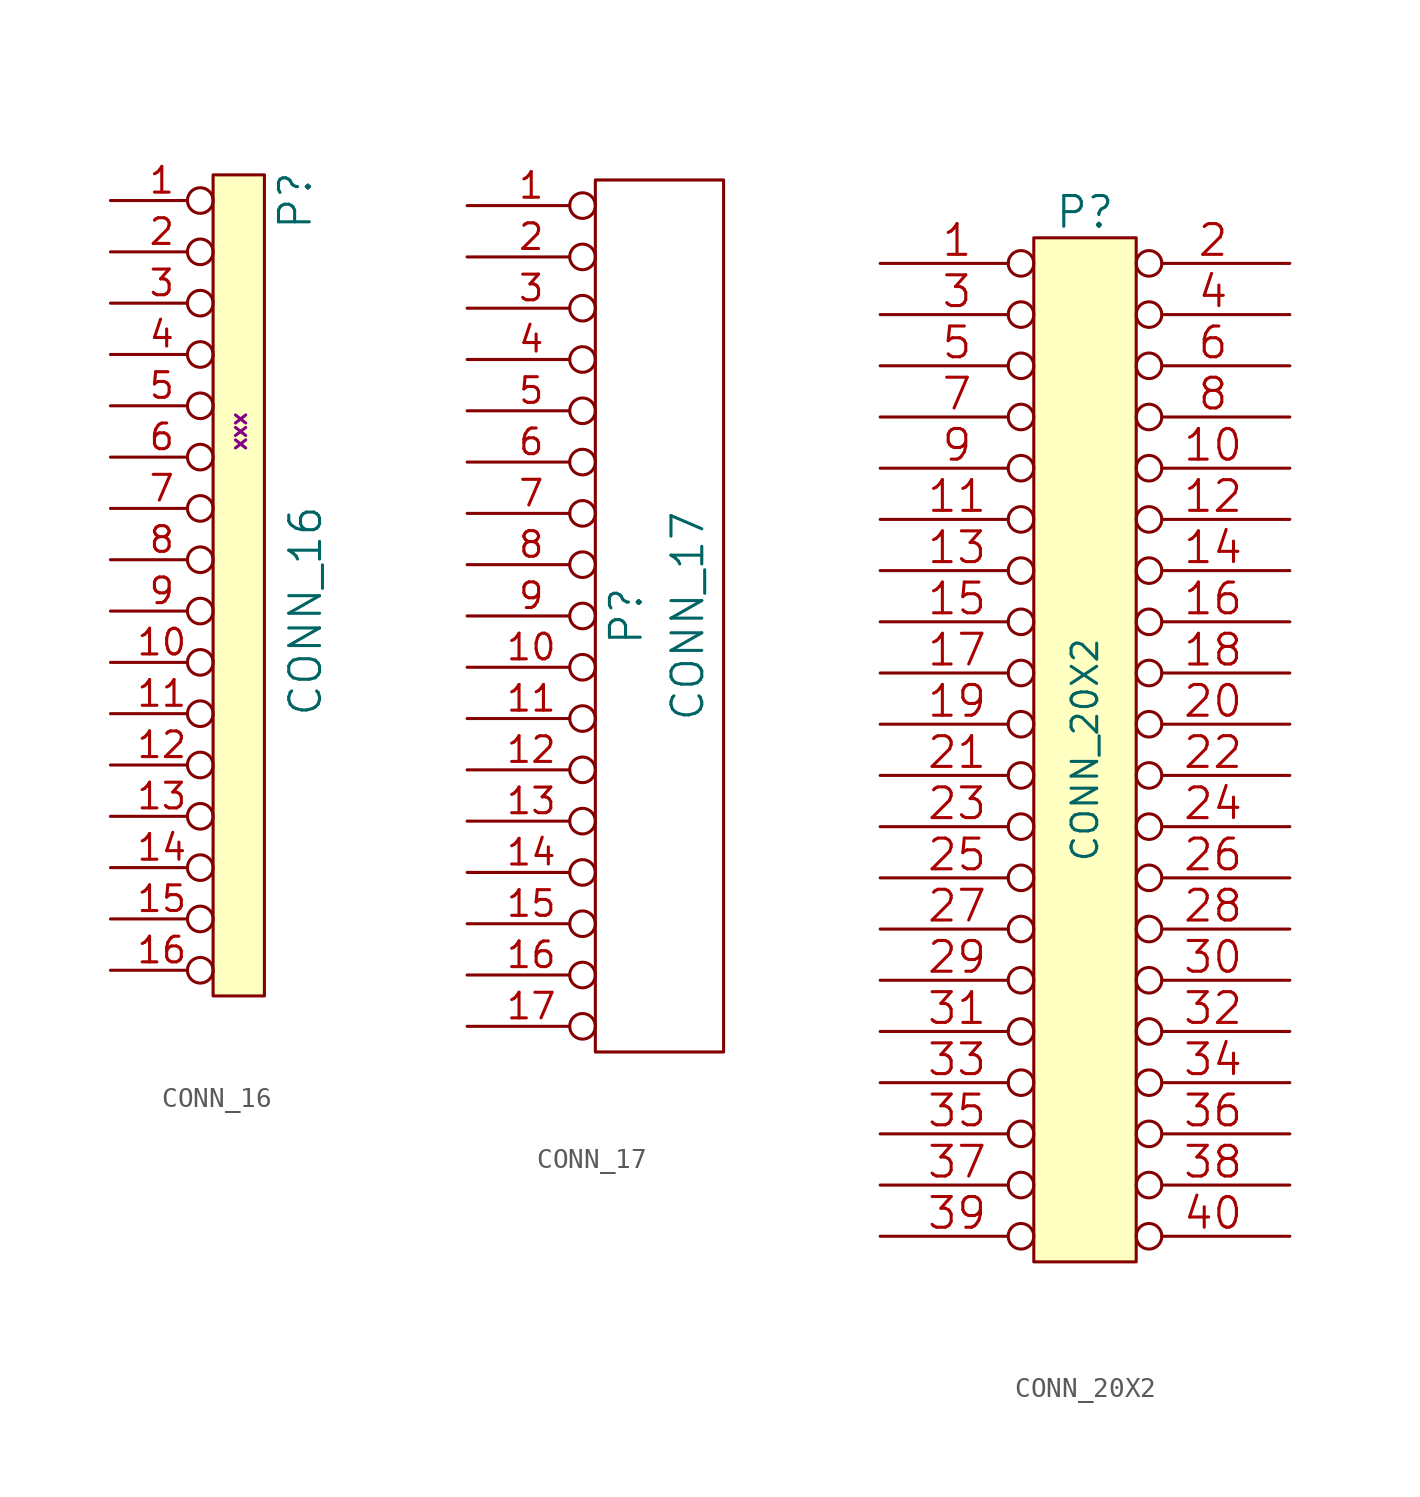
<source format=kicad_sym>
(kicad_symbol_lib
  (version 20220914)
  (generator kicad_symbol_editor)
  (symbol "CONN_16"
    (pin_names
      (offset 1.27) hide)
    (property "Reference" "P"
      (at 2.794 20.32 90)
      (effects (font (size 1.524 1.524))))
    (property "Value" "CONN_16"
      (at 3.302 0 90)
      (effects (font (size 1.524 1.524))))
    (property "Footprint" "xxx"
      (at 0 8.89 90)
      (effects (font (size 0.762 0.762))))
    (property "Datasheet" ""
      (at 0 0 0)
      (effects (font (size 1.524 1.524))))
    (symbol "CONN_16_0_1"
      (rectangle (start -1.27 21.59) (end 1.27 -19.05) (stroke (width 0) (type default)) (fill (type background))))
    (symbol "CONN_16_1_1"
      (pin passive inverted (at -6.35 20.32 0) (length 5.08) (name "P1" (effects (font (size 1.27 1.27)))) (number "1" (effects (font (size 1.27 1.27)))))
      (pin passive inverted (at -6.35 -2.54 0) (length 5.08) (name "P10" (effects (font (size 1.27 1.27)))) (number "10" (effects (font (size 1.27 1.27)))))
      (pin passive inverted (at -6.35 -5.08 0) (length 5.08) (name "P11" (effects (font (size 1.27 1.27)))) (number "11" (effects (font (size 1.27 1.27)))))
      (pin passive inverted (at -6.35 -7.62 0) (length 5.08) (name "P12" (effects (font (size 1.27 1.27)))) (number "12" (effects (font (size 1.27 1.27)))))
      (pin passive inverted (at -6.35 -10.16 0) (length 5.08) (name "P13" (effects (font (size 1.27 1.27)))) (number "13" (effects (font (size 1.27 1.27)))))
      (pin passive inverted (at -6.35 -12.7 0) (length 5.08) (name "P14" (effects (font (size 1.27 1.27)))) (number "14" (effects (font (size 1.27 1.27)))))
      (pin passive inverted (at -6.35 -15.24 0) (length 5.08) (name "P15" (effects (font (size 1.27 1.27)))) (number "15" (effects (font (size 1.27 1.27)))))
      (pin passive inverted (at -6.35 -17.78 0) (length 5.08) (name "P16" (effects (font (size 1.27 1.27)))) (number "16" (effects (font (size 1.27 1.27)))))
      (pin passive inverted (at -6.35 17.78 0) (length 5.08) (name "P2" (effects (font (size 1.27 1.27)))) (number "2" (effects (font (size 1.27 1.27)))))
      (pin passive inverted (at -6.35 15.24 0) (length 5.08) (name "P3" (effects (font (size 1.27 1.27)))) (number "3" (effects (font (size 1.27 1.27)))))
      (pin passive inverted (at -6.35 12.7 0) (length 5.08) (name "P4" (effects (font (size 1.27 1.27)))) (number "4" (effects (font (size 1.27 1.27)))))
      (pin passive inverted (at -6.35 10.16 0) (length 5.08) (name "P5" (effects (font (size 1.27 1.27)))) (number "5" (effects (font (size 1.27 1.27)))))
      (pin passive inverted (at -6.35 7.62 0) (length 5.08) (name "P6" (effects (font (size 1.27 1.27)))) (number "6" (effects (font (size 1.27 1.27)))))
      (pin passive inverted (at -6.35 5.08 0) (length 5.08) (name "P7" (effects (font (size 1.27 1.27)))) (number "7" (effects (font (size 1.27 1.27)))))
      (pin passive inverted (at -6.35 2.54 0) (length 5.08) (name "P8" (effects (font (size 1.27 1.27)))) (number "8" (effects (font (size 1.27 1.27)))))
      (pin passive inverted (at -6.35 0 0) (length 5.08) (name "P9" (effects (font (size 1.27 1.27)))) (number "9" (effects (font (size 1.27 1.27)))))))
  (symbol "CONN_17"
    (pin_names
      (offset 1.016) hide)
    (property "Reference" "P"
      (at -1.016 0 90)
      (effects (font (size 1.524 1.524))))
    (property "Value" "CONN_17"
      (at 2.032 0 90)
      (effects (font (size 1.524 1.524))))
    (property "Footprint" ""
      (at 0 0 0)
      (effects (font (size 1.524 1.524))))
    (property "Datasheet" ""
      (at 0 0 0)
      (effects (font (size 1.524 1.524))))
    (symbol "CONN_17_0_1"
      (rectangle (start -2.54 21.59) (end 3.81 -21.59) (stroke (width 0) (type default)) (fill (type none))))
    (symbol "CONN_17_1_1"
      (pin passive inverted (at -8.89 20.32 0) (length 6.35) (name "P1" (effects (font (size 1.27 1.27)))) (number "1" (effects (font (size 1.27 1.27)))))
      (pin passive inverted (at -8.89 -2.54 0) (length 6.35) (name "P10" (effects (font (size 1.27 1.27)))) (number "10" (effects (font (size 1.27 1.27)))))
      (pin passive inverted (at -8.89 -5.08 0) (length 6.35) (name "P11" (effects (font (size 1.27 1.27)))) (number "11" (effects (font (size 1.27 1.27)))))
      (pin passive inverted (at -8.89 -7.62 0) (length 6.35) (name "P12" (effects (font (size 1.27 1.27)))) (number "12" (effects (font (size 1.27 1.27)))))
      (pin passive inverted (at -8.89 -10.16 0) (length 6.35) (name "P13" (effects (font (size 1.27 1.27)))) (number "13" (effects (font (size 1.27 1.27)))))
      (pin passive inverted (at -8.89 -12.7 0) (length 6.35) (name "P14" (effects (font (size 1.27 1.27)))) (number "14" (effects (font (size 1.27 1.27)))))
      (pin passive inverted (at -8.89 -15.24 0) (length 6.35) (name "P15" (effects (font (size 1.27 1.27)))) (number "15" (effects (font (size 1.27 1.27)))))
      (pin passive inverted (at -8.89 -17.78 0) (length 6.35) (name "P16" (effects (font (size 1.27 1.27)))) (number "16" (effects (font (size 1.27 1.27)))))
      (pin passive inverted (at -8.89 -20.32 0) (length 6.35) (name "P17" (effects (font (size 1.27 1.27)))) (number "17" (effects (font (size 1.27 1.27)))))
      (pin passive inverted (at -8.89 17.78 0) (length 6.35) (name "P2" (effects (font (size 1.27 1.27)))) (number "2" (effects (font (size 1.27 1.27)))))
      (pin passive inverted (at -8.89 15.24 0) (length 6.35) (name "P3" (effects (font (size 1.27 1.27)))) (number "3" (effects (font (size 1.27 1.27)))))
      (pin passive inverted (at -8.89 12.7 0) (length 6.35) (name "P4" (effects (font (size 1.27 1.27)))) (number "4" (effects (font (size 1.27 1.27)))))
      (pin passive inverted (at -8.89 10.16 0) (length 6.35) (name "P5" (effects (font (size 1.27 1.27)))) (number "5" (effects (font (size 1.27 1.27)))))
      (pin passive inverted (at -8.89 7.62 0) (length 6.35) (name "P6" (effects (font (size 1.27 1.27)))) (number "6" (effects (font (size 1.27 1.27)))))
      (pin passive inverted (at -8.89 5.08 0) (length 6.35) (name "P7" (effects (font (size 1.27 1.27)))) (number "7" (effects (font (size 1.27 1.27)))))
      (pin passive inverted (at -8.89 2.54 0) (length 6.35) (name "P8" (effects (font (size 1.27 1.27)))) (number "8" (effects (font (size 1.27 1.27)))))
      (pin passive inverted (at -8.89 0 0) (length 6.35) (name "P9" (effects (font (size 1.27 1.27)))) (number "9" (effects (font (size 1.27 1.27)))))))
  (symbol "CONN_20X2"
    (pin_names
      (offset 0.254) hide)
    (property "Reference" "P"
      (at 0 26.67 0)
      (effects (font (size 1.524 1.524))))
    (property "Value" "CONN_20X2"
      (at 0 0 90)
      (effects (font (size 1.27 1.27))))
    (property "Footprint" ""
      (at 0 0 0)
      (effects (font (size 1.524 1.524))))
    (property "Datasheet" ""
      (at 0 0 0)
      (effects (font (size 1.524 1.524))))
    (symbol "CONN_20X2_0_1"
      (rectangle (start -2.54 25.4) (end 2.54 -25.4) (stroke (width 0) (type default)) (fill (type background))))
    (symbol "CONN_20X2_1_1"
      (pin passive inverted (at -10.16 24.13 0) (length 7.62) (name "P1" (effects (font (size 0.762 0.762)))) (number "1" (effects (font (size 1.524 1.524)))))
      (pin passive inverted (at 10.16 13.97 180) (length 7.62) (name "P10" (effects (font (size 0.762 0.762)))) (number "10" (effects (font (size 1.524 1.524)))))
      (pin passive inverted (at -10.16 11.43 0) (length 7.62) (name "P11" (effects (font (size 0.762 0.762)))) (number "11" (effects (font (size 1.524 1.524)))))
      (pin passive inverted (at 10.16 11.43 180) (length 7.62) (name "P12" (effects (font (size 0.762 0.762)))) (number "12" (effects (font (size 1.524 1.524)))))
      (pin passive inverted (at -10.16 8.89 0) (length 7.62) (name "P13" (effects (font (size 0.762 0.762)))) (number "13" (effects (font (size 1.524 1.524)))))
      (pin passive inverted (at 10.16 8.89 180) (length 7.62) (name "P14" (effects (font (size 0.762 0.762)))) (number "14" (effects (font (size 1.524 1.524)))))
      (pin passive inverted (at -10.16 6.35 0) (length 7.62) (name "P15" (effects (font (size 0.762 0.762)))) (number "15" (effects (font (size 1.524 1.524)))))
      (pin passive inverted (at 10.16 6.35 180) (length 7.62) (name "P16" (effects (font (size 0.762 0.762)))) (number "16" (effects (font (size 1.524 1.524)))))
      (pin passive inverted (at -10.16 3.81 0) (length 7.62) (name "P17" (effects (font (size 0.762 0.762)))) (number "17" (effects (font (size 1.524 1.524)))))
      (pin passive inverted (at 10.16 3.81 180) (length 7.62) (name "P18" (effects (font (size 0.762 0.762)))) (number "18" (effects (font (size 1.524 1.524)))))
      (pin passive inverted (at -10.16 1.27 0) (length 7.62) (name "P19" (effects (font (size 0.762 0.762)))) (number "19" (effects (font (size 1.524 1.524)))))
      (pin passive inverted (at 10.16 24.13 180) (length 7.62) (name "P2" (effects (font (size 0.762 0.762)))) (number "2" (effects (font (size 1.524 1.524)))))
      (pin passive inverted (at 10.16 1.27 180) (length 7.62) (name "P20" (effects (font (size 0.762 0.762)))) (number "20" (effects (font (size 1.524 1.524)))))
      (pin passive inverted (at -10.16 -1.27 0) (length 7.62) (name "P21" (effects (font (size 0.762 0.762)))) (number "21" (effects (font (size 1.524 1.524)))))
      (pin passive inverted (at 10.16 -1.27 180) (length 7.62) (name "P22" (effects (font (size 0.762 0.762)))) (number "22" (effects (font (size 1.524 1.524)))))
      (pin passive inverted (at -10.16 -3.81 0) (length 7.62) (name "P23" (effects (font (size 0.762 0.762)))) (number "23" (effects (font (size 1.524 1.524)))))
      (pin passive inverted (at 10.16 -3.81 180) (length 7.62) (name "P24" (effects (font (size 0.762 0.762)))) (number "24" (effects (font (size 1.524 1.524)))))
      (pin passive inverted (at -10.16 -6.35 0) (length 7.62) (name "~" (effects (font (size 0.762 0.762)))) (number "25" (effects (font (size 1.524 1.524)))))
      (pin passive inverted (at 10.16 -6.35 180) (length 7.62) (name "P26" (effects (font (size 0.762 0.762)))) (number "26" (effects (font (size 1.524 1.524)))))
      (pin passive inverted (at -10.16 -8.89 0) (length 7.62) (name "P27" (effects (font (size 0.762 0.762)))) (number "27" (effects (font (size 1.524 1.524)))))
      (pin passive inverted (at 10.16 -8.89 180) (length 7.62) (name "P28" (effects (font (size 0.762 0.762)))) (number "28" (effects (font (size 1.524 1.524)))))
      (pin passive inverted (at -10.16 -11.43 0) (length 7.62) (name "P29" (effects (font (size 0.762 0.762)))) (number "29" (effects (font (size 1.524 1.524)))))
      (pin passive inverted (at -10.16 21.59 0) (length 7.62) (name "P3" (effects (font (size 0.762 0.762)))) (number "3" (effects (font (size 1.524 1.524)))))
      (pin passive inverted (at 10.16 -11.43 180) (length 7.62) (name "P30" (effects (font (size 0.762 0.762)))) (number "30" (effects (font (size 1.524 1.524)))))
      (pin passive inverted (at -10.16 -13.97 0) (length 7.62) (name "P31" (effects (font (size 0.762 0.762)))) (number "31" (effects (font (size 1.524 1.524)))))
      (pin passive inverted (at 10.16 -13.97 180) (length 7.62) (name "P32" (effects (font (size 0.762 0.762)))) (number "32" (effects (font (size 1.524 1.524)))))
      (pin passive inverted (at -10.16 -16.51 0) (length 7.62) (name "P33" (effects (font (size 0.762 0.762)))) (number "33" (effects (font (size 1.524 1.524)))))
      (pin passive inverted (at 10.16 -16.51 180) (length 7.62) (name "P34" (effects (font (size 0.762 0.762)))) (number "34" (effects (font (size 1.524 1.524)))))
      (pin passive inverted (at -10.16 -19.05 0) (length 7.62) (name "P35" (effects (font (size 0.762 0.762)))) (number "35" (effects (font (size 1.524 1.524)))))
      (pin passive inverted (at 10.16 -19.05 180) (length 7.62) (name "P36" (effects (font (size 0.762 0.762)))) (number "36" (effects (font (size 1.524 1.524)))))
      (pin passive inverted (at -10.16 -21.59 0) (length 7.62) (name "P37" (effects (font (size 0.762 0.762)))) (number "37" (effects (font (size 1.524 1.524)))))
      (pin passive inverted (at 10.16 -21.59 180) (length 7.62) (name "P38" (effects (font (size 0.762 0.762)))) (number "38" (effects (font (size 1.524 1.524)))))
      (pin passive inverted (at -10.16 -24.13 0) (length 7.62) (name "P39" (effects (font (size 0.762 0.762)))) (number "39" (effects (font (size 1.524 1.524)))))
      (pin passive inverted (at 10.16 21.59 180) (length 7.62) (name "P4" (effects (font (size 0.762 0.762)))) (number "4" (effects (font (size 1.524 1.524)))))
      (pin passive inverted (at 10.16 -24.13 180) (length 7.62) (name "P40" (effects (font (size 0.762 0.762)))) (number "40" (effects (font (size 1.524 1.524)))))
      (pin passive inverted (at -10.16 19.05 0) (length 7.62) (name "P5" (effects (font (size 0.762 0.762)))) (number "5" (effects (font (size 1.524 1.524)))))
      (pin passive inverted (at 10.16 19.05 180) (length 7.62) (name "P6" (effects (font (size 0.762 0.762)))) (number "6" (effects (font (size 1.524 1.524)))))
      (pin passive inverted (at -10.16 16.51 0) (length 7.62) (name "P7" (effects (font (size 0.762 0.762)))) (number "7" (effects (font (size 1.524 1.524)))))
      (pin passive inverted (at 10.16 16.51 180) (length 7.62) (name "P8" (effects (font (size 0.762 0.762)))) (number "8" (effects (font (size 1.524 1.524)))))
      (pin passive inverted (at -10.16 13.97 0) (length 7.62) (name "P9" (effects (font (size 0.762 0.762)))) (number "9" (effects (font (size 1.524 1.524))))))))
</source>
